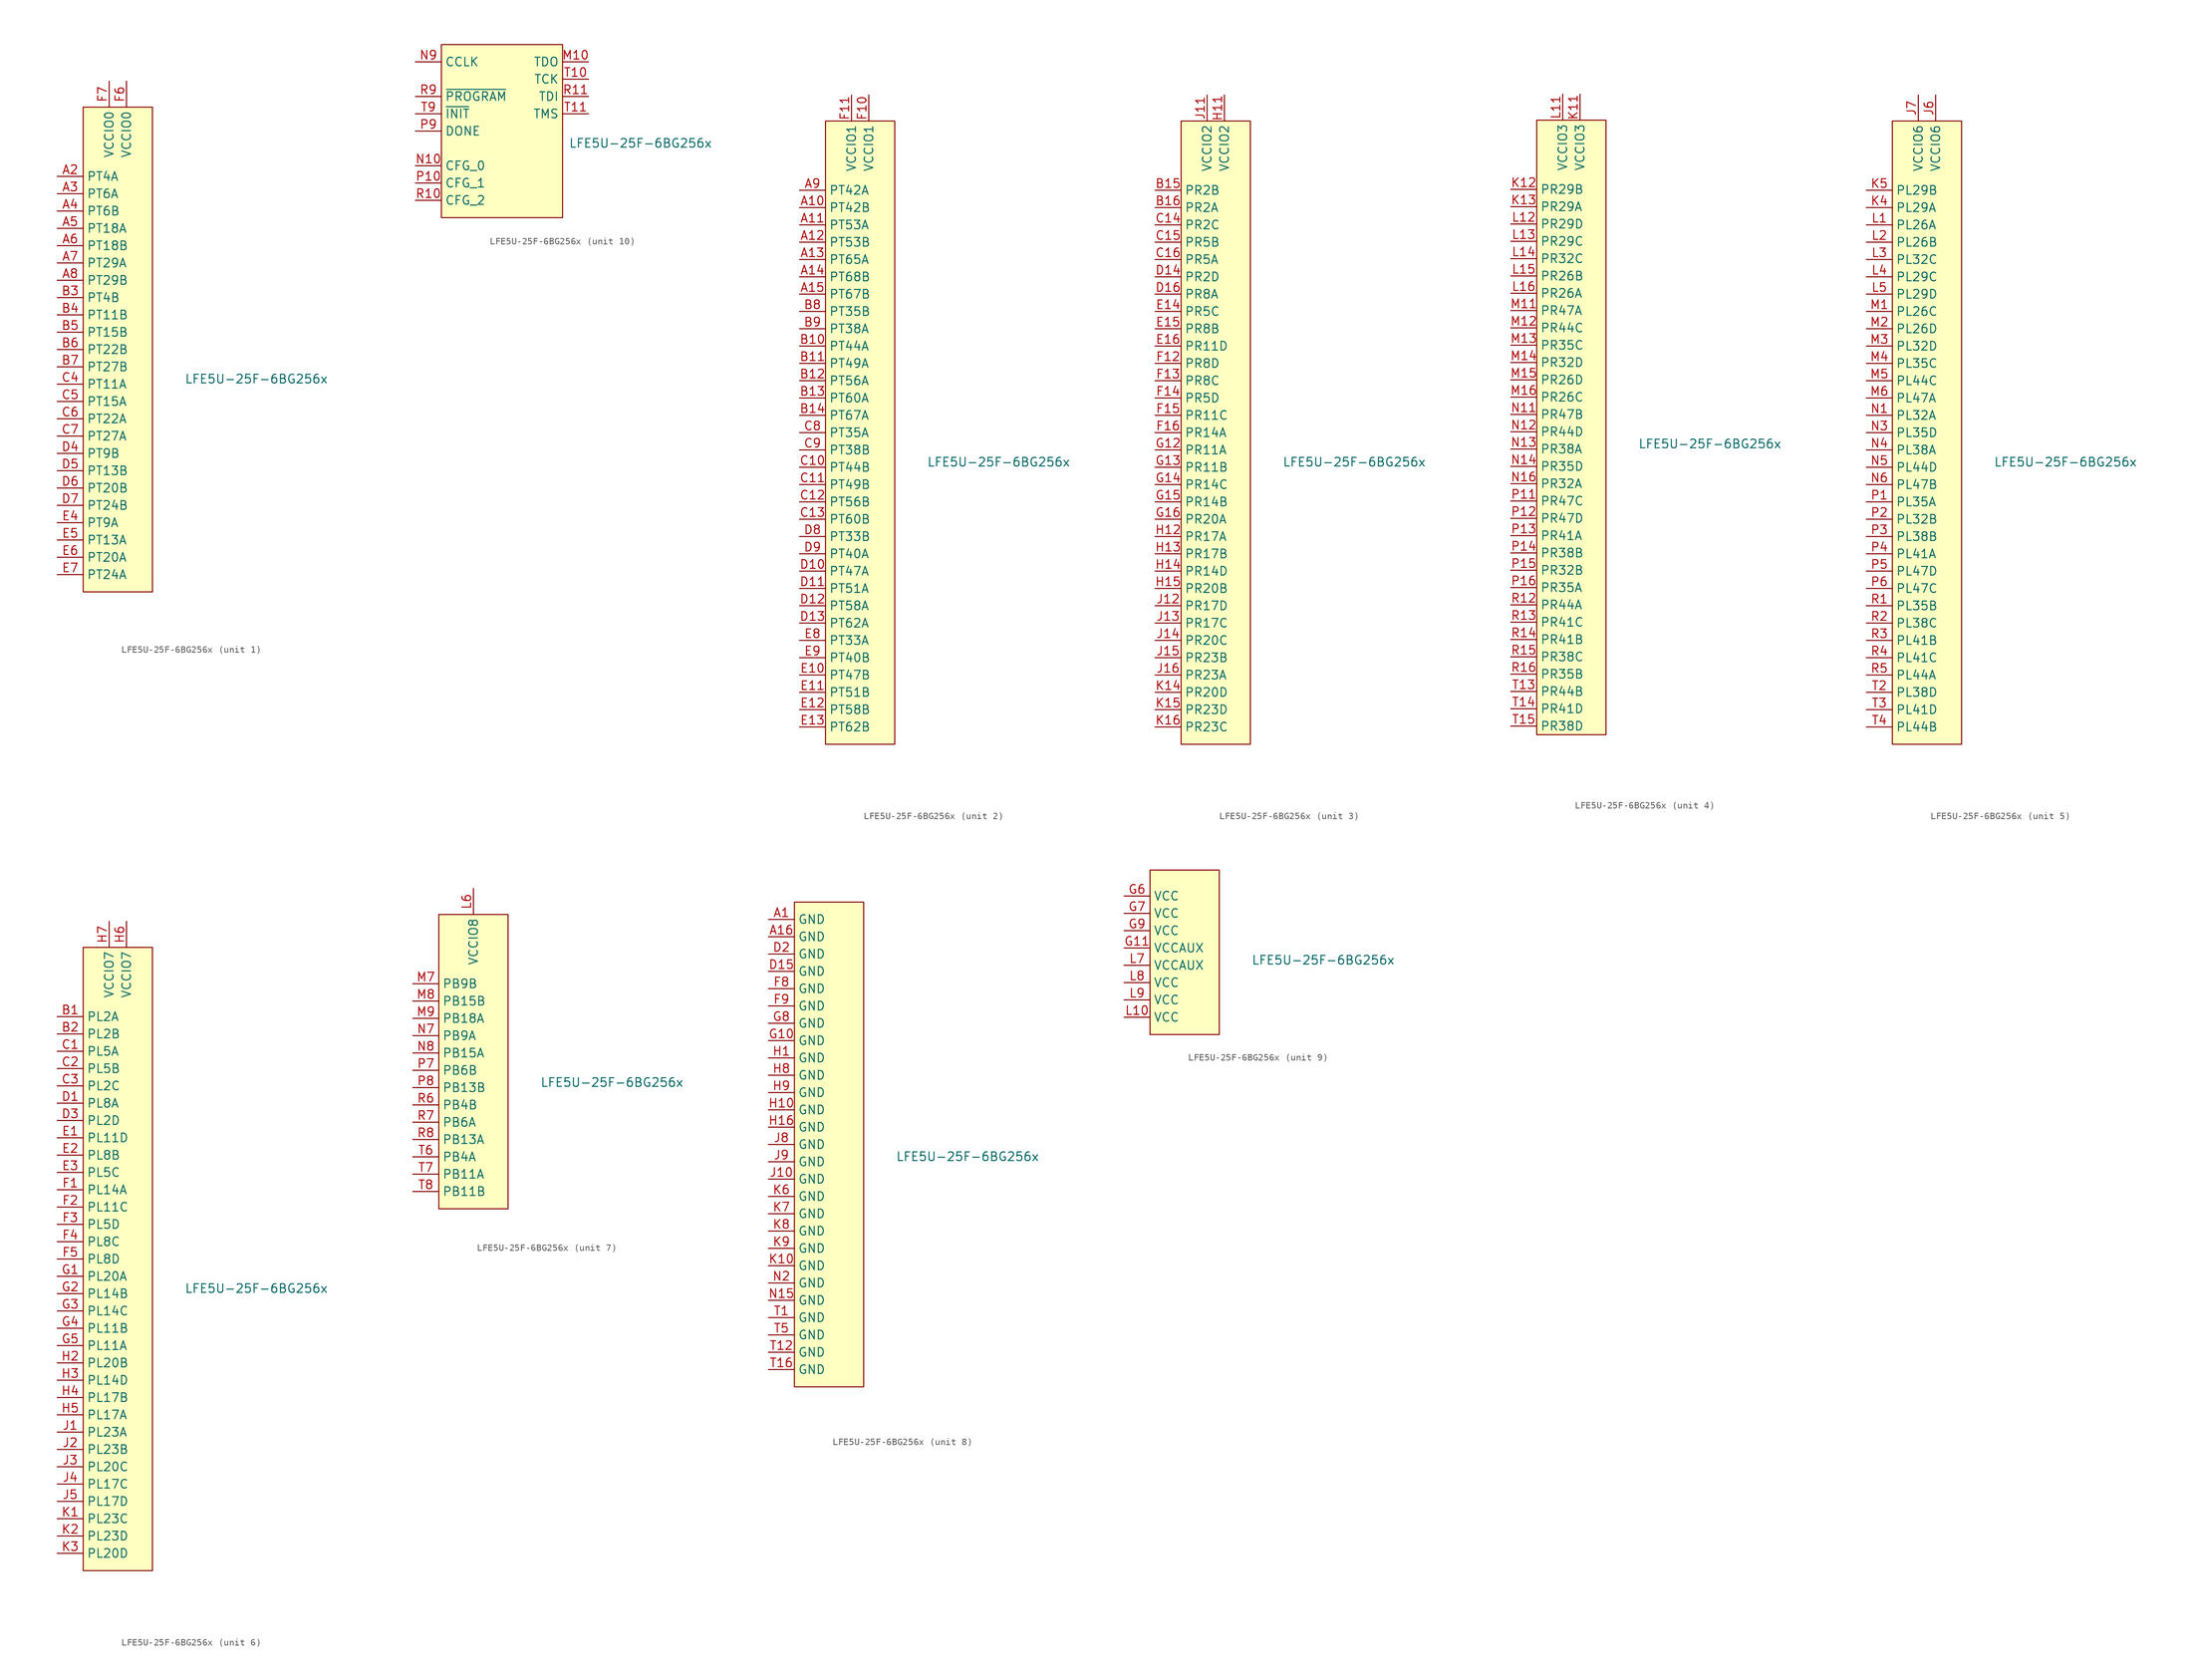
<source format=kicad_sym>
(kicad_symbol_lib
  (version 20241209)
  (generator "kicad_symbol_editor")
  (generator_version "9.0")
  (symbol "LFE5U-25F-6BG256x"
    (property "Reference" "U"
      (at 20.32 0 0)
      (effects (font (size 1.27 1.27)) (hide yes)))
    (property "Value" "LFE5U-25F-6BG256x"
      (at 20.32 -1.778 0)
      (effects (font (size 1.27 1.27))))
    (symbol "LFE5U-25F-6BG256x_1_1"
      (rectangle (start -5.08 38.1) (end 5.08 -33.02) (stroke (width 0) (type solid)) (fill (type background)))
      (pin bidirectional line (at -8.89 27.94 0) (length 3.81) (name "PT4A" (effects (font (size 1.27 1.27)))) (number "A2" (effects (font (size 1.27 1.27)))))
      (pin bidirectional line (at -8.89 25.4 0) (length 3.81) (name "PT6A" (effects (font (size 1.27 1.27)))) (number "A3" (effects (font (size 1.27 1.27)))))
      (pin bidirectional line (at -8.89 22.86 0) (length 3.81) (name "PT6B" (effects (font (size 1.27 1.27)))) (number "A4" (effects (font (size 1.27 1.27)))))
      (pin bidirectional line (at -8.89 20.32 0) (length 3.81) (name "PT18A" (effects (font (size 1.27 1.27)))) (number "A5" (effects (font (size 1.27 1.27)))))
      (pin bidirectional line (at -8.89 17.78 0) (length 3.81) (name "PT18B" (effects (font (size 1.27 1.27)))) (number "A6" (effects (font (size 1.27 1.27)))))
      (pin bidirectional line (at -8.89 15.24 0) (length 3.81) (name "PT29A" (effects (font (size 1.27 1.27)))) (number "A7" (effects (font (size 1.27 1.27)))))
      (pin bidirectional line (at -8.89 12.7 0) (length 3.81) (name "PT29B" (effects (font (size 1.27 1.27)))) (number "A8" (effects (font (size 1.27 1.27)))))
      (pin bidirectional line (at -8.89 10.16 0) (length 3.81) (name "PT4B" (effects (font (size 1.27 1.27)))) (number "B3" (effects (font (size 1.27 1.27)))))
      (pin bidirectional line (at -8.89 7.62 0) (length 3.81) (name "PT11B" (effects (font (size 1.27 1.27)))) (number "B4" (effects (font (size 1.27 1.27)))))
      (pin bidirectional line (at -8.89 5.08 0) (length 3.81) (name "PT15B" (effects (font (size 1.27 1.27)))) (number "B5" (effects (font (size 1.27 1.27)))))
      (pin bidirectional line (at -8.89 2.54 0) (length 3.81) (name "PT22B" (effects (font (size 1.27 1.27)))) (number "B6" (effects (font (size 1.27 1.27)))))
      (pin bidirectional line (at -8.89 0 0) (length 3.81) (name "PT27B" (effects (font (size 1.27 1.27)))) (number "B7" (effects (font (size 1.27 1.27)))))
      (pin bidirectional line (at -8.89 -2.54 0) (length 3.81) (name "PT11A" (effects (font (size 1.27 1.27)))) (number "C4" (effects (font (size 1.27 1.27)))))
      (pin bidirectional line (at -8.89 -5.08 0) (length 3.81) (name "PT15A" (effects (font (size 1.27 1.27)))) (number "C5" (effects (font (size 1.27 1.27)))))
      (pin bidirectional line (at -8.89 -7.62 0) (length 3.81) (name "PT22A" (effects (font (size 1.27 1.27)))) (number "C6" (effects (font (size 1.27 1.27)))))
      (pin bidirectional line (at -8.89 -10.16 0) (length 3.81) (name "PT27A" (effects (font (size 1.27 1.27)))) (number "C7" (effects (font (size 1.27 1.27)))))
      (pin bidirectional line (at -8.89 -12.7 0) (length 3.81) (name "PT9B" (effects (font (size 1.27 1.27)))) (number "D4" (effects (font (size 1.27 1.27)))))
      (pin bidirectional line (at -8.89 -15.24 0) (length 3.81) (name "PT13B" (effects (font (size 1.27 1.27)))) (number "D5" (effects (font (size 1.27 1.27)))))
      (pin bidirectional line (at -8.89 -17.78 0) (length 3.81) (name "PT20B" (effects (font (size 1.27 1.27)))) (number "D6" (effects (font (size 1.27 1.27)))))
      (pin bidirectional line (at -8.89 -20.32 0) (length 3.81) (name "PT24B" (effects (font (size 1.27 1.27)))) (number "D7" (effects (font (size 1.27 1.27)))))
      (pin bidirectional line (at -8.89 -22.86 0) (length 3.81) (name "PT9A" (effects (font (size 1.27 1.27)))) (number "E4" (effects (font (size 1.27 1.27)))))
      (pin bidirectional line (at -8.89 -25.4 0) (length 3.81) (name "PT13A" (effects (font (size 1.27 1.27)))) (number "E5" (effects (font (size 1.27 1.27)))))
      (pin bidirectional line (at -8.89 -27.94 0) (length 3.81) (name "PT20A" (effects (font (size 1.27 1.27)))) (number "E6" (effects (font (size 1.27 1.27)))))
      (pin bidirectional line (at -8.89 -30.48 0) (length 3.81) (name "PT24A" (effects (font (size 1.27 1.27)))) (number "E7" (effects (font (size 1.27 1.27)))))
      (pin power_in line (at -1.27 41.91 270) (length 3.81) (name "VCCIO0" (effects (font (size 1.27 1.27)))) (number "F7" (effects (font (size 1.27 1.27)))))
      (pin power_in line (at 1.27 41.91 270) (length 3.81) (name "VCCIO0" (effects (font (size 1.27 1.27)))) (number "F6" (effects (font (size 1.27 1.27))))))
    (symbol "LFE5U-25F-6BG256x_2_1"
      (rectangle (start -5.08 48.26) (end 5.08 -43.18) (stroke (width 0) (type solid)) (fill (type background)))
      (pin bidirectional line (at -8.89 38.1 0) (length 3.81) (name "PT42A" (effects (font (size 1.27 1.27)))) (number "A9" (effects (font (size 1.27 1.27)))))
      (pin bidirectional line (at -8.89 35.56 0) (length 3.81) (name "PT42B" (effects (font (size 1.27 1.27)))) (number "A10" (effects (font (size 1.27 1.27)))))
      (pin bidirectional line (at -8.89 33.02 0) (length 3.81) (name "PT53A" (effects (font (size 1.27 1.27)))) (number "A11" (effects (font (size 1.27 1.27)))))
      (pin bidirectional line (at -8.89 30.48 0) (length 3.81) (name "PT53B" (effects (font (size 1.27 1.27)))) (number "A12" (effects (font (size 1.27 1.27)))))
      (pin bidirectional line (at -8.89 27.94 0) (length 3.81) (name "PT65A" (effects (font (size 1.27 1.27)))) (number "A13" (effects (font (size 1.27 1.27)))))
      (pin bidirectional line (at -8.89 25.4 0) (length 3.81) (name "PT68B" (effects (font (size 1.27 1.27)))) (number "A14" (effects (font (size 1.27 1.27)))))
      (pin bidirectional line (at -8.89 22.86 0) (length 3.81) (name "PT67B" (effects (font (size 1.27 1.27)))) (number "A15" (effects (font (size 1.27 1.27)))))
      (pin bidirectional line (at -8.89 20.32 0) (length 3.81) (name "PT35B" (effects (font (size 1.27 1.27)))) (number "B8" (effects (font (size 1.27 1.27)))))
      (pin bidirectional line (at -8.89 17.78 0) (length 3.81) (name "PT38A" (effects (font (size 1.27 1.27)))) (number "B9" (effects (font (size 1.27 1.27)))))
      (pin bidirectional line (at -8.89 15.24 0) (length 3.81) (name "PT44A" (effects (font (size 1.27 1.27)))) (number "B10" (effects (font (size 1.27 1.27)))))
      (pin bidirectional line (at -8.89 12.7 0) (length 3.81) (name "PT49A" (effects (font (size 1.27 1.27)))) (number "B11" (effects (font (size 1.27 1.27)))))
      (pin bidirectional line (at -8.89 10.16 0) (length 3.81) (name "PT56A" (effects (font (size 1.27 1.27)))) (number "B12" (effects (font (size 1.27 1.27)))))
      (pin bidirectional line (at -8.89 7.62 0) (length 3.81) (name "PT60A" (effects (font (size 1.27 1.27)))) (number "B13" (effects (font (size 1.27 1.27)))))
      (pin bidirectional line (at -8.89 5.08 0) (length 3.81) (name "PT67A" (effects (font (size 1.27 1.27)))) (number "B14" (effects (font (size 1.27 1.27)))))
      (pin bidirectional line (at -8.89 2.54 0) (length 3.81) (name "PT35A" (effects (font (size 1.27 1.27)))) (number "C8" (effects (font (size 1.27 1.27)))))
      (pin bidirectional line (at -8.89 0 0) (length 3.81) (name "PT38B" (effects (font (size 1.27 1.27)))) (number "C9" (effects (font (size 1.27 1.27)))))
      (pin bidirectional line (at -8.89 -2.54 0) (length 3.81) (name "PT44B" (effects (font (size 1.27 1.27)))) (number "C10" (effects (font (size 1.27 1.27)))))
      (pin bidirectional line (at -8.89 -5.08 0) (length 3.81) (name "PT49B" (effects (font (size 1.27 1.27)))) (number "C11" (effects (font (size 1.27 1.27)))))
      (pin bidirectional line (at -8.89 -7.62 0) (length 3.81) (name "PT56B" (effects (font (size 1.27 1.27)))) (number "C12" (effects (font (size 1.27 1.27)))))
      (pin bidirectional line (at -8.89 -10.16 0) (length 3.81) (name "PT60B" (effects (font (size 1.27 1.27)))) (number "C13" (effects (font (size 1.27 1.27)))))
      (pin bidirectional line (at -8.89 -12.7 0) (length 3.81) (name "PT33B" (effects (font (size 1.27 1.27)))) (number "D8" (effects (font (size 1.27 1.27)))))
      (pin bidirectional line (at -8.89 -15.24 0) (length 3.81) (name "PT40A" (effects (font (size 1.27 1.27)))) (number "D9" (effects (font (size 1.27 1.27)))))
      (pin bidirectional line (at -8.89 -17.78 0) (length 3.81) (name "PT47A" (effects (font (size 1.27 1.27)))) (number "D10" (effects (font (size 1.27 1.27)))))
      (pin bidirectional line (at -8.89 -20.32 0) (length 3.81) (name "PT51A" (effects (font (size 1.27 1.27)))) (number "D11" (effects (font (size 1.27 1.27)))))
      (pin bidirectional line (at -8.89 -22.86 0) (length 3.81) (name "PT58A" (effects (font (size 1.27 1.27)))) (number "D12" (effects (font (size 1.27 1.27)))))
      (pin bidirectional line (at -8.89 -25.4 0) (length 3.81) (name "PT62A" (effects (font (size 1.27 1.27)))) (number "D13" (effects (font (size 1.27 1.27)))))
      (pin bidirectional line (at -8.89 -27.94 0) (length 3.81) (name "PT33A" (effects (font (size 1.27 1.27)))) (number "E8" (effects (font (size 1.27 1.27)))))
      (pin bidirectional line (at -8.89 -30.48 0) (length 3.81) (name "PT40B" (effects (font (size 1.27 1.27)))) (number "E9" (effects (font (size 1.27 1.27)))))
      (pin bidirectional line (at -8.89 -33.02 0) (length 3.81) (name "PT47B" (effects (font (size 1.27 1.27)))) (number "E10" (effects (font (size 1.27 1.27)))))
      (pin bidirectional line (at -8.89 -35.56 0) (length 3.81) (name "PT51B" (effects (font (size 1.27 1.27)))) (number "E11" (effects (font (size 1.27 1.27)))))
      (pin bidirectional line (at -8.89 -38.1 0) (length 3.81) (name "PT58B" (effects (font (size 1.27 1.27)))) (number "E12" (effects (font (size 1.27 1.27)))))
      (pin bidirectional line (at -8.89 -40.64 0) (length 3.81) (name "PT62B" (effects (font (size 1.27 1.27)))) (number "E13" (effects (font (size 1.27 1.27)))))
      (pin power_in line (at -1.27 52.07 270) (length 3.81) (name "VCCIO1" (effects (font (size 1.27 1.27)))) (number "F11" (effects (font (size 1.27 1.27)))))
      (pin power_in line (at 1.27 52.07 270) (length 3.81) (name "VCCIO1" (effects (font (size 1.27 1.27)))) (number "F10" (effects (font (size 1.27 1.27))))))
    (symbol "LFE5U-25F-6BG256x_3_1"
      (rectangle (start -5.08 48.26) (end 5.08 -43.18) (stroke (width 0) (type solid)) (fill (type background)))
      (pin bidirectional line (at -8.89 38.1 0) (length 3.81) (name "PR2B" (effects (font (size 1.27 1.27)))) (number "B15" (effects (font (size 1.27 1.27)))))
      (pin bidirectional line (at -8.89 35.56 0) (length 3.81) (name "PR2A" (effects (font (size 1.27 1.27)))) (number "B16" (effects (font (size 1.27 1.27)))))
      (pin bidirectional line (at -8.89 33.02 0) (length 3.81) (name "PR2C" (effects (font (size 1.27 1.27)))) (number "C14" (effects (font (size 1.27 1.27)))))
      (pin bidirectional line (at -8.89 30.48 0) (length 3.81) (name "PR5B" (effects (font (size 1.27 1.27)))) (number "C15" (effects (font (size 1.27 1.27)))))
      (pin bidirectional line (at -8.89 27.94 0) (length 3.81) (name "PR5A" (effects (font (size 1.27 1.27)))) (number "C16" (effects (font (size 1.27 1.27)))))
      (pin bidirectional line (at -8.89 25.4 0) (length 3.81) (name "PR2D" (effects (font (size 1.27 1.27)))) (number "D14" (effects (font (size 1.27 1.27)))))
      (pin bidirectional line (at -8.89 22.86 0) (length 3.81) (name "PR8A" (effects (font (size 1.27 1.27)))) (number "D16" (effects (font (size 1.27 1.27)))))
      (pin bidirectional line (at -8.89 20.32 0) (length 3.81) (name "PR5C" (effects (font (size 1.27 1.27)))) (number "E14" (effects (font (size 1.27 1.27)))))
      (pin bidirectional line (at -8.89 17.78 0) (length 3.81) (name "PR8B" (effects (font (size 1.27 1.27)))) (number "E15" (effects (font (size 1.27 1.27)))))
      (pin bidirectional line (at -8.89 15.24 0) (length 3.81) (name "PR11D" (effects (font (size 1.27 1.27)))) (number "E16" (effects (font (size 1.27 1.27)))))
      (pin bidirectional line (at -8.89 12.7 0) (length 3.81) (name "PR8D" (effects (font (size 1.27 1.27)))) (number "F12" (effects (font (size 1.27 1.27)))))
      (pin bidirectional line (at -8.89 10.16 0) (length 3.81) (name "PR8C" (effects (font (size 1.27 1.27)))) (number "F13" (effects (font (size 1.27 1.27)))))
      (pin bidirectional line (at -8.89 7.62 0) (length 3.81) (name "PR5D" (effects (font (size 1.27 1.27)))) (number "F14" (effects (font (size 1.27 1.27)))))
      (pin bidirectional line (at -8.89 5.08 0) (length 3.81) (name "PR11C" (effects (font (size 1.27 1.27)))) (number "F15" (effects (font (size 1.27 1.27)))))
      (pin bidirectional line (at -8.89 2.54 0) (length 3.81) (name "PR14A" (effects (font (size 1.27 1.27)))) (number "F16" (effects (font (size 1.27 1.27)))))
      (pin bidirectional line (at -8.89 0 0) (length 3.81) (name "PR11A" (effects (font (size 1.27 1.27)))) (number "G12" (effects (font (size 1.27 1.27)))))
      (pin bidirectional line (at -8.89 -2.54 0) (length 3.81) (name "PR11B" (effects (font (size 1.27 1.27)))) (number "G13" (effects (font (size 1.27 1.27)))))
      (pin bidirectional line (at -8.89 -5.08 0) (length 3.81) (name "PR14C" (effects (font (size 1.27 1.27)))) (number "G14" (effects (font (size 1.27 1.27)))))
      (pin bidirectional line (at -8.89 -7.62 0) (length 3.81) (name "PR14B" (effects (font (size 1.27 1.27)))) (number "G15" (effects (font (size 1.27 1.27)))))
      (pin bidirectional line (at -8.89 -10.16 0) (length 3.81) (name "PR20A" (effects (font (size 1.27 1.27)))) (number "G16" (effects (font (size 1.27 1.27)))))
      (pin bidirectional line (at -8.89 -12.7 0) (length 3.81) (name "PR17A" (effects (font (size 1.27 1.27)))) (number "H12" (effects (font (size 1.27 1.27)))))
      (pin bidirectional line (at -8.89 -15.24 0) (length 3.81) (name "PR17B" (effects (font (size 1.27 1.27)))) (number "H13" (effects (font (size 1.27 1.27)))))
      (pin bidirectional line (at -8.89 -17.78 0) (length 3.81) (name "PR14D" (effects (font (size 1.27 1.27)))) (number "H14" (effects (font (size 1.27 1.27)))))
      (pin bidirectional line (at -8.89 -20.32 0) (length 3.81) (name "PR20B" (effects (font (size 1.27 1.27)))) (number "H15" (effects (font (size 1.27 1.27)))))
      (pin bidirectional line (at -8.89 -22.86 0) (length 3.81) (name "PR17D" (effects (font (size 1.27 1.27)))) (number "J12" (effects (font (size 1.27 1.27)))))
      (pin bidirectional line (at -8.89 -25.4 0) (length 3.81) (name "PR17C" (effects (font (size 1.27 1.27)))) (number "J13" (effects (font (size 1.27 1.27)))))
      (pin bidirectional line (at -8.89 -27.94 0) (length 3.81) (name "PR20C" (effects (font (size 1.27 1.27)))) (number "J14" (effects (font (size 1.27 1.27)))))
      (pin bidirectional line (at -8.89 -30.48 0) (length 3.81) (name "PR23B" (effects (font (size 1.27 1.27)))) (number "J15" (effects (font (size 1.27 1.27)))))
      (pin bidirectional line (at -8.89 -33.02 0) (length 3.81) (name "PR23A" (effects (font (size 1.27 1.27)))) (number "J16" (effects (font (size 1.27 1.27)))))
      (pin bidirectional line (at -8.89 -35.56 0) (length 3.81) (name "PR20D" (effects (font (size 1.27 1.27)))) (number "K14" (effects (font (size 1.27 1.27)))))
      (pin bidirectional line (at -8.89 -38.1 0) (length 3.81) (name "PR23D" (effects (font (size 1.27 1.27)))) (number "K15" (effects (font (size 1.27 1.27)))))
      (pin bidirectional line (at -8.89 -40.64 0) (length 3.81) (name "PR23C" (effects (font (size 1.27 1.27)))) (number "K16" (effects (font (size 1.27 1.27)))))
      (pin power_in line (at -1.27 52.07 270) (length 3.81) (name "VCCIO2" (effects (font (size 1.27 1.27)))) (number "J11" (effects (font (size 1.27 1.27)))))
      (pin power_in line (at 1.27 52.07 270) (length 3.81) (name "VCCIO2" (effects (font (size 1.27 1.27)))) (number "H11" (effects (font (size 1.27 1.27))))))
    (symbol "LFE5U-25F-6BG256x_4_1"
      (rectangle (start -5.08 45.72) (end 5.08 -44.45) (stroke (width 0) (type solid)) (fill (type background)))
      (pin bidirectional line (at -8.89 35.56 0) (length 3.81) (name "PR29B" (effects (font (size 1.27 1.27)))) (number "K12" (effects (font (size 1.27 1.27)))))
      (pin bidirectional line (at -8.89 33.02 0) (length 3.81) (name "PR29A" (effects (font (size 1.27 1.27)))) (number "K13" (effects (font (size 1.27 1.27)))))
      (pin bidirectional line (at -8.89 30.48 0) (length 3.81) (name "PR29D" (effects (font (size 1.27 1.27)))) (number "L12" (effects (font (size 1.27 1.27)))))
      (pin bidirectional line (at -8.89 27.94 0) (length 3.81) (name "PR29C" (effects (font (size 1.27 1.27)))) (number "L13" (effects (font (size 1.27 1.27)))))
      (pin bidirectional line (at -8.89 25.4 0) (length 3.81) (name "PR32C" (effects (font (size 1.27 1.27)))) (number "L14" (effects (font (size 1.27 1.27)))))
      (pin bidirectional line (at -8.89 22.86 0) (length 3.81) (name "PR26B" (effects (font (size 1.27 1.27)))) (number "L15" (effects (font (size 1.27 1.27)))))
      (pin bidirectional line (at -8.89 20.32 0) (length 3.81) (name "PR26A" (effects (font (size 1.27 1.27)))) (number "L16" (effects (font (size 1.27 1.27)))))
      (pin bidirectional line (at -8.89 17.78 0) (length 3.81) (name "PR47A" (effects (font (size 1.27 1.27)))) (number "M11" (effects (font (size 1.27 1.27)))))
      (pin bidirectional line (at -8.89 15.24 0) (length 3.81) (name "PR44C" (effects (font (size 1.27 1.27)))) (number "M12" (effects (font (size 1.27 1.27)))))
      (pin bidirectional line (at -8.89 12.7 0) (length 3.81) (name "PR35C" (effects (font (size 1.27 1.27)))) (number "M13" (effects (font (size 1.27 1.27)))))
      (pin bidirectional line (at -8.89 10.16 0) (length 3.81) (name "PR32D" (effects (font (size 1.27 1.27)))) (number "M14" (effects (font (size 1.27 1.27)))))
      (pin bidirectional line (at -8.89 7.62 0) (length 3.81) (name "PR26D" (effects (font (size 1.27 1.27)))) (number "M15" (effects (font (size 1.27 1.27)))))
      (pin bidirectional line (at -8.89 5.08 0) (length 3.81) (name "PR26C" (effects (font (size 1.27 1.27)))) (number "M16" (effects (font (size 1.27 1.27)))))
      (pin bidirectional line (at -8.89 2.54 0) (length 3.81) (name "PR47B" (effects (font (size 1.27 1.27)))) (number "N11" (effects (font (size 1.27 1.27)))))
      (pin bidirectional line (at -8.89 0 0) (length 3.81) (name "PR44D" (effects (font (size 1.27 1.27)))) (number "N12" (effects (font (size 1.27 1.27)))))
      (pin bidirectional line (at -8.89 -2.54 0) (length 3.81) (name "PR38A" (effects (font (size 1.27 1.27)))) (number "N13" (effects (font (size 1.27 1.27)))))
      (pin bidirectional line (at -8.89 -5.08 0) (length 3.81) (name "PR35D" (effects (font (size 1.27 1.27)))) (number "N14" (effects (font (size 1.27 1.27)))))
      (pin bidirectional line (at -8.89 -7.62 0) (length 3.81) (name "PR32A" (effects (font (size 1.27 1.27)))) (number "N16" (effects (font (size 1.27 1.27)))))
      (pin bidirectional line (at -8.89 -10.16 0) (length 3.81) (name "PR47C" (effects (font (size 1.27 1.27)))) (number "P11" (effects (font (size 1.27 1.27)))))
      (pin bidirectional line (at -8.89 -12.7 0) (length 3.81) (name "PR47D" (effects (font (size 1.27 1.27)))) (number "P12" (effects (font (size 1.27 1.27)))))
      (pin bidirectional line (at -8.89 -15.24 0) (length 3.81) (name "PR41A" (effects (font (size 1.27 1.27)))) (number "P13" (effects (font (size 1.27 1.27)))))
      (pin bidirectional line (at -8.89 -17.78 0) (length 3.81) (name "PR38B" (effects (font (size 1.27 1.27)))) (number "P14" (effects (font (size 1.27 1.27)))))
      (pin bidirectional line (at -8.89 -20.32 0) (length 3.81) (name "PR32B" (effects (font (size 1.27 1.27)))) (number "P15" (effects (font (size 1.27 1.27)))))
      (pin bidirectional line (at -8.89 -22.86 0) (length 3.81) (name "PR35A" (effects (font (size 1.27 1.27)))) (number "P16" (effects (font (size 1.27 1.27)))))
      (pin bidirectional line (at -8.89 -25.4 0) (length 3.81) (name "PR44A" (effects (font (size 1.27 1.27)))) (number "R12" (effects (font (size 1.27 1.27)))))
      (pin bidirectional line (at -8.89 -27.94 0) (length 3.81) (name "PR41C" (effects (font (size 1.27 1.27)))) (number "R13" (effects (font (size 1.27 1.27)))))
      (pin bidirectional line (at -8.89 -30.48 0) (length 3.81) (name "PR41B" (effects (font (size 1.27 1.27)))) (number "R14" (effects (font (size 1.27 1.27)))))
      (pin bidirectional line (at -8.89 -33.02 0) (length 3.81) (name "PR38C" (effects (font (size 1.27 1.27)))) (number "R15" (effects (font (size 1.27 1.27)))))
      (pin bidirectional line (at -8.89 -35.56 0) (length 3.81) (name "PR35B" (effects (font (size 1.27 1.27)))) (number "R16" (effects (font (size 1.27 1.27)))))
      (pin bidirectional line (at -8.89 -38.1 0) (length 3.81) (name "PR44B" (effects (font (size 1.27 1.27)))) (number "T13" (effects (font (size 1.27 1.27)))))
      (pin bidirectional line (at -8.89 -40.64 0) (length 3.81) (name "PR41D" (effects (font (size 1.27 1.27)))) (number "T14" (effects (font (size 1.27 1.27)))))
      (pin bidirectional line (at -8.89 -43.18 0) (length 3.81) (name "PR38D" (effects (font (size 1.27 1.27)))) (number "T15" (effects (font (size 1.27 1.27)))))
      (pin power_in line (at -1.27 49.53 270) (length 3.81) (name "VCCIO3" (effects (font (size 1.27 1.27)))) (number "L11" (effects (font (size 1.27 1.27)))))
      (pin power_in line (at 1.27 49.53 270) (length 3.81) (name "VCCIO3" (effects (font (size 1.27 1.27)))) (number "K11" (effects (font (size 1.27 1.27))))))
    (symbol "LFE5U-25F-6BG256x_5_1"
      (rectangle (start -5.08 48.26) (end 5.08 -43.18) (stroke (width 0) (type solid)) (fill (type background)))
      (pin bidirectional line (at -8.89 38.1 0) (length 3.81) (name "PL29B" (effects (font (size 1.27 1.27)))) (number "K5" (effects (font (size 1.27 1.27)))))
      (pin bidirectional line (at -8.89 35.56 0) (length 3.81) (name "PL29A" (effects (font (size 1.27 1.27)))) (number "K4" (effects (font (size 1.27 1.27)))))
      (pin bidirectional line (at -8.89 33.02 0) (length 3.81) (name "PL26A" (effects (font (size 1.27 1.27)))) (number "L1" (effects (font (size 1.27 1.27)))))
      (pin bidirectional line (at -8.89 30.48 0) (length 3.81) (name "PL26B" (effects (font (size 1.27 1.27)))) (number "L2" (effects (font (size 1.27 1.27)))))
      (pin bidirectional line (at -8.89 27.94 0) (length 3.81) (name "PL32C" (effects (font (size 1.27 1.27)))) (number "L3" (effects (font (size 1.27 1.27)))))
      (pin bidirectional line (at -8.89 25.4 0) (length 3.81) (name "PL29C" (effects (font (size 1.27 1.27)))) (number "L4" (effects (font (size 1.27 1.27)))))
      (pin bidirectional line (at -8.89 22.86 0) (length 3.81) (name "PL29D" (effects (font (size 1.27 1.27)))) (number "L5" (effects (font (size 1.27 1.27)))))
      (pin bidirectional line (at -8.89 20.32 0) (length 3.81) (name "PL26C" (effects (font (size 1.27 1.27)))) (number "M1" (effects (font (size 1.27 1.27)))))
      (pin bidirectional line (at -8.89 17.78 0) (length 3.81) (name "PL26D" (effects (font (size 1.27 1.27)))) (number "M2" (effects (font (size 1.27 1.27)))))
      (pin bidirectional line (at -8.89 15.24 0) (length 3.81) (name "PL32D" (effects (font (size 1.27 1.27)))) (number "M3" (effects (font (size 1.27 1.27)))))
      (pin bidirectional line (at -8.89 12.7 0) (length 3.81) (name "PL35C" (effects (font (size 1.27 1.27)))) (number "M4" (effects (font (size 1.27 1.27)))))
      (pin bidirectional line (at -8.89 10.16 0) (length 3.81) (name "PL44C" (effects (font (size 1.27 1.27)))) (number "M5" (effects (font (size 1.27 1.27)))))
      (pin bidirectional line (at -8.89 7.62 0) (length 3.81) (name "PL47A" (effects (font (size 1.27 1.27)))) (number "M6" (effects (font (size 1.27 1.27)))))
      (pin bidirectional line (at -8.89 5.08 0) (length 3.81) (name "PL32A" (effects (font (size 1.27 1.27)))) (number "N1" (effects (font (size 1.27 1.27)))))
      (pin bidirectional line (at -8.89 2.54 0) (length 3.81) (name "PL35D" (effects (font (size 1.27 1.27)))) (number "N3" (effects (font (size 1.27 1.27)))))
      (pin bidirectional line (at -8.89 0 0) (length 3.81) (name "PL38A" (effects (font (size 1.27 1.27)))) (number "N4" (effects (font (size 1.27 1.27)))))
      (pin bidirectional line (at -8.89 -2.54 0) (length 3.81) (name "PL44D" (effects (font (size 1.27 1.27)))) (number "N5" (effects (font (size 1.27 1.27)))))
      (pin bidirectional line (at -8.89 -5.08 0) (length 3.81) (name "PL47B" (effects (font (size 1.27 1.27)))) (number "N6" (effects (font (size 1.27 1.27)))))
      (pin bidirectional line (at -8.89 -7.62 0) (length 3.81) (name "PL35A" (effects (font (size 1.27 1.27)))) (number "P1" (effects (font (size 1.27 1.27)))))
      (pin bidirectional line (at -8.89 -10.16 0) (length 3.81) (name "PL32B" (effects (font (size 1.27 1.27)))) (number "P2" (effects (font (size 1.27 1.27)))))
      (pin bidirectional line (at -8.89 -12.7 0) (length 3.81) (name "PL38B" (effects (font (size 1.27 1.27)))) (number "P3" (effects (font (size 1.27 1.27)))))
      (pin bidirectional line (at -8.89 -15.24 0) (length 3.81) (name "PL41A" (effects (font (size 1.27 1.27)))) (number "P4" (effects (font (size 1.27 1.27)))))
      (pin bidirectional line (at -8.89 -17.78 0) (length 3.81) (name "PL47D" (effects (font (size 1.27 1.27)))) (number "P5" (effects (font (size 1.27 1.27)))))
      (pin bidirectional line (at -8.89 -20.32 0) (length 3.81) (name "PL47C" (effects (font (size 1.27 1.27)))) (number "P6" (effects (font (size 1.27 1.27)))))
      (pin bidirectional line (at -8.89 -22.86 0) (length 3.81) (name "PL35B" (effects (font (size 1.27 1.27)))) (number "R1" (effects (font (size 1.27 1.27)))))
      (pin bidirectional line (at -8.89 -25.4 0) (length 3.81) (name "PL38C" (effects (font (size 1.27 1.27)))) (number "R2" (effects (font (size 1.27 1.27)))))
      (pin bidirectional line (at -8.89 -27.94 0) (length 3.81) (name "PL41B" (effects (font (size 1.27 1.27)))) (number "R3" (effects (font (size 1.27 1.27)))))
      (pin bidirectional line (at -8.89 -30.48 0) (length 3.81) (name "PL41C" (effects (font (size 1.27 1.27)))) (number "R4" (effects (font (size 1.27 1.27)))))
      (pin bidirectional line (at -8.89 -33.02 0) (length 3.81) (name "PL44A" (effects (font (size 1.27 1.27)))) (number "R5" (effects (font (size 1.27 1.27)))))
      (pin bidirectional line (at -8.89 -35.56 0) (length 3.81) (name "PL38D" (effects (font (size 1.27 1.27)))) (number "T2" (effects (font (size 1.27 1.27)))))
      (pin bidirectional line (at -8.89 -38.1 0) (length 3.81) (name "PL41D" (effects (font (size 1.27 1.27)))) (number "T3" (effects (font (size 1.27 1.27)))))
      (pin bidirectional line (at -8.89 -40.64 0) (length 3.81) (name "PL44B" (effects (font (size 1.27 1.27)))) (number "T4" (effects (font (size 1.27 1.27)))))
      (pin power_in line (at -1.27 52.07 270) (length 3.81) (name "VCCIO6" (effects (font (size 1.27 1.27)))) (number "J7" (effects (font (size 1.27 1.27)))))
      (pin power_in line (at 1.27 52.07 270) (length 3.81) (name "VCCIO6" (effects (font (size 1.27 1.27)))) (number "J6" (effects (font (size 1.27 1.27))))))
    (symbol "LFE5U-25F-6BG256x_6_1"
      (rectangle (start -5.08 48.26) (end 5.08 -43.18) (stroke (width 0) (type solid)) (fill (type background)))
      (pin bidirectional line (at -8.89 38.1 0) (length 3.81) (name "PL2A" (effects (font (size 1.27 1.27)))) (number "B1" (effects (font (size 1.27 1.27)))))
      (pin bidirectional line (at -8.89 35.56 0) (length 3.81) (name "PL2B" (effects (font (size 1.27 1.27)))) (number "B2" (effects (font (size 1.27 1.27)))))
      (pin bidirectional line (at -8.89 33.02 0) (length 3.81) (name "PL5A" (effects (font (size 1.27 1.27)))) (number "C1" (effects (font (size 1.27 1.27)))))
      (pin bidirectional line (at -8.89 30.48 0) (length 3.81) (name "PL5B" (effects (font (size 1.27 1.27)))) (number "C2" (effects (font (size 1.27 1.27)))))
      (pin bidirectional line (at -8.89 27.94 0) (length 3.81) (name "PL2C" (effects (font (size 1.27 1.27)))) (number "C3" (effects (font (size 1.27 1.27)))))
      (pin bidirectional line (at -8.89 25.4 0) (length 3.81) (name "PL8A" (effects (font (size 1.27 1.27)))) (number "D1" (effects (font (size 1.27 1.27)))))
      (pin bidirectional line (at -8.89 22.86 0) (length 3.81) (name "PL2D" (effects (font (size 1.27 1.27)))) (number "D3" (effects (font (size 1.27 1.27)))))
      (pin bidirectional line (at -8.89 20.32 0) (length 3.81) (name "PL11D" (effects (font (size 1.27 1.27)))) (number "E1" (effects (font (size 1.27 1.27)))))
      (pin bidirectional line (at -8.89 17.78 0) (length 3.81) (name "PL8B" (effects (font (size 1.27 1.27)))) (number "E2" (effects (font (size 1.27 1.27)))))
      (pin bidirectional line (at -8.89 15.24 0) (length 3.81) (name "PL5C" (effects (font (size 1.27 1.27)))) (number "E3" (effects (font (size 1.27 1.27)))))
      (pin bidirectional line (at -8.89 12.7 0) (length 3.81) (name "PL14A" (effects (font (size 1.27 1.27)))) (number "F1" (effects (font (size 1.27 1.27)))))
      (pin bidirectional line (at -8.89 10.16 0) (length 3.81) (name "PL11C" (effects (font (size 1.27 1.27)))) (number "F2" (effects (font (size 1.27 1.27)))))
      (pin bidirectional line (at -8.89 7.62 0) (length 3.81) (name "PL5D" (effects (font (size 1.27 1.27)))) (number "F3" (effects (font (size 1.27 1.27)))))
      (pin bidirectional line (at -8.89 5.08 0) (length 3.81) (name "PL8C" (effects (font (size 1.27 1.27)))) (number "F4" (effects (font (size 1.27 1.27)))))
      (pin bidirectional line (at -8.89 2.54 0) (length 3.81) (name "PL8D" (effects (font (size 1.27 1.27)))) (number "F5" (effects (font (size 1.27 1.27)))))
      (pin bidirectional line (at -8.89 0 0) (length 3.81) (name "PL20A" (effects (font (size 1.27 1.27)))) (number "G1" (effects (font (size 1.27 1.27)))))
      (pin bidirectional line (at -8.89 -2.54 0) (length 3.81) (name "PL14B" (effects (font (size 1.27 1.27)))) (number "G2" (effects (font (size 1.27 1.27)))))
      (pin bidirectional line (at -8.89 -5.08 0) (length 3.81) (name "PL14C" (effects (font (size 1.27 1.27)))) (number "G3" (effects (font (size 1.27 1.27)))))
      (pin bidirectional line (at -8.89 -7.62 0) (length 3.81) (name "PL11B" (effects (font (size 1.27 1.27)))) (number "G4" (effects (font (size 1.27 1.27)))))
      (pin bidirectional line (at -8.89 -10.16 0) (length 3.81) (name "PL11A" (effects (font (size 1.27 1.27)))) (number "G5" (effects (font (size 1.27 1.27)))))
      (pin bidirectional line (at -8.89 -12.7 0) (length 3.81) (name "PL20B" (effects (font (size 1.27 1.27)))) (number "H2" (effects (font (size 1.27 1.27)))))
      (pin bidirectional line (at -8.89 -15.24 0) (length 3.81) (name "PL14D" (effects (font (size 1.27 1.27)))) (number "H3" (effects (font (size 1.27 1.27)))))
      (pin bidirectional line (at -8.89 -17.78 0) (length 3.81) (name "PL17B" (effects (font (size 1.27 1.27)))) (number "H4" (effects (font (size 1.27 1.27)))))
      (pin bidirectional line (at -8.89 -20.32 0) (length 3.81) (name "PL17A" (effects (font (size 1.27 1.27)))) (number "H5" (effects (font (size 1.27 1.27)))))
      (pin bidirectional line (at -8.89 -22.86 0) (length 3.81) (name "PL23A" (effects (font (size 1.27 1.27)))) (number "J1" (effects (font (size 1.27 1.27)))))
      (pin bidirectional line (at -8.89 -25.4 0) (length 3.81) (name "PL23B" (effects (font (size 1.27 1.27)))) (number "J2" (effects (font (size 1.27 1.27)))))
      (pin bidirectional line (at -8.89 -27.94 0) (length 3.81) (name "PL20C" (effects (font (size 1.27 1.27)))) (number "J3" (effects (font (size 1.27 1.27)))))
      (pin bidirectional line (at -8.89 -30.48 0) (length 3.81) (name "PL17C" (effects (font (size 1.27 1.27)))) (number "J4" (effects (font (size 1.27 1.27)))))
      (pin bidirectional line (at -8.89 -33.02 0) (length 3.81) (name "PL17D" (effects (font (size 1.27 1.27)))) (number "J5" (effects (font (size 1.27 1.27)))))
      (pin bidirectional line (at -8.89 -35.56 0) (length 3.81) (name "PL23C" (effects (font (size 1.27 1.27)))) (number "K1" (effects (font (size 1.27 1.27)))))
      (pin bidirectional line (at -8.89 -38.1 0) (length 3.81) (name "PL23D" (effects (font (size 1.27 1.27)))) (number "K2" (effects (font (size 1.27 1.27)))))
      (pin bidirectional line (at -8.89 -40.64 0) (length 3.81) (name "PL20D" (effects (font (size 1.27 1.27)))) (number "K3" (effects (font (size 1.27 1.27)))))
      (pin power_in line (at -1.27 52.07 270) (length 3.81) (name "VCCIO7" (effects (font (size 1.27 1.27)))) (number "H7" (effects (font (size 1.27 1.27)))))
      (pin power_in line (at 1.27 52.07 270) (length 3.81) (name "VCCIO7" (effects (font (size 1.27 1.27)))) (number "H6" (effects (font (size 1.27 1.27))))))
    (symbol "LFE5U-25F-6BG256x_7_1"
      (rectangle (start -5.08 22.86) (end 5.08 -20.32) (stroke (width 0) (type solid)) (fill (type background)))
      (pin bidirectional line (at -8.89 12.7 0) (length 3.81) (name "PB9B" (effects (font (size 1.27 1.27)))) (number "M7" (effects (font (size 1.27 1.27)))))
      (pin bidirectional line (at -8.89 10.16 0) (length 3.81) (name "PB15B" (effects (font (size 1.27 1.27)))) (number "M8" (effects (font (size 1.27 1.27)))))
      (pin bidirectional line (at -8.89 7.62 0) (length 3.81) (name "PB18A" (effects (font (size 1.27 1.27)))) (number "M9" (effects (font (size 1.27 1.27)))))
      (pin bidirectional line (at -8.89 5.08 0) (length 3.81) (name "PB9A" (effects (font (size 1.27 1.27)))) (number "N7" (effects (font (size 1.27 1.27)))))
      (pin bidirectional line (at -8.89 2.54 0) (length 3.81) (name "PB15A" (effects (font (size 1.27 1.27)))) (number "N8" (effects (font (size 1.27 1.27)))))
      (pin bidirectional line (at -8.89 0 0) (length 3.81) (name "PB6B" (effects (font (size 1.27 1.27)))) (number "P7" (effects (font (size 1.27 1.27)))))
      (pin bidirectional line (at -8.89 -2.54 0) (length 3.81) (name "PB13B" (effects (font (size 1.27 1.27)))) (number "P8" (effects (font (size 1.27 1.27)))))
      (pin bidirectional line (at -8.89 -5.08 0) (length 3.81) (name "PB4B" (effects (font (size 1.27 1.27)))) (number "R6" (effects (font (size 1.27 1.27)))))
      (pin bidirectional line (at -8.89 -7.62 0) (length 3.81) (name "PB6A" (effects (font (size 1.27 1.27)))) (number "R7" (effects (font (size 1.27 1.27)))))
      (pin bidirectional line (at -8.89 -10.16 0) (length 3.81) (name "PB13A" (effects (font (size 1.27 1.27)))) (number "R8" (effects (font (size 1.27 1.27)))))
      (pin bidirectional line (at -8.89 -12.7 0) (length 3.81) (name "PB4A" (effects (font (size 1.27 1.27)))) (number "T6" (effects (font (size 1.27 1.27)))))
      (pin bidirectional line (at -8.89 -15.24 0) (length 3.81) (name "PB11A" (effects (font (size 1.27 1.27)))) (number "T7" (effects (font (size 1.27 1.27)))))
      (pin bidirectional line (at -8.89 -17.78 0) (length 3.81) (name "PB11B" (effects (font (size 1.27 1.27)))) (number "T8" (effects (font (size 1.27 1.27)))))
      (pin power_in line (at 0 26.67 270) (length 3.81) (name "VCCIO8" (effects (font (size 1.27 1.27)))) (number "L6" (effects (font (size 1.27 1.27))))))
    (symbol "LFE5U-25F-6BG256x_8_1"
      (rectangle (start -5.08 35.56) (end 5.08 -35.56) (stroke (width 0) (type solid)) (fill (type background)))
      (pin power_in line (at -8.89 33.02 0) (length 3.81) (name "GND" (effects (font (size 1.27 1.27)))) (number "A1" (effects (font (size 1.27 1.27)))))
      (pin power_in line (at -8.89 30.48 0) (length 3.81) (name "GND" (effects (font (size 1.27 1.27)))) (number "A16" (effects (font (size 1.27 1.27)))))
      (pin power_in line (at -8.89 27.94 0) (length 3.81) (name "GND" (effects (font (size 1.27 1.27)))) (number "D2" (effects (font (size 1.27 1.27)))))
      (pin power_in line (at -8.89 25.4 0) (length 3.81) (name "GND" (effects (font (size 1.27 1.27)))) (number "D15" (effects (font (size 1.27 1.27)))))
      (pin power_in line (at -8.89 22.86 0) (length 3.81) (name "GND" (effects (font (size 1.27 1.27)))) (number "F8" (effects (font (size 1.27 1.27)))))
      (pin power_in line (at -8.89 20.32 0) (length 3.81) (name "GND" (effects (font (size 1.27 1.27)))) (number "F9" (effects (font (size 1.27 1.27)))))
      (pin power_in line (at -8.89 17.78 0) (length 3.81) (name "GND" (effects (font (size 1.27 1.27)))) (number "G8" (effects (font (size 1.27 1.27)))))
      (pin power_in line (at -8.89 15.24 0) (length 3.81) (name "GND" (effects (font (size 1.27 1.27)))) (number "G10" (effects (font (size 1.27 1.27)))))
      (pin power_in line (at -8.89 12.7 0) (length 3.81) (name "GND" (effects (font (size 1.27 1.27)))) (number "H1" (effects (font (size 1.27 1.27)))))
      (pin power_in line (at -8.89 10.16 0) (length 3.81) (name "GND" (effects (font (size 1.27 1.27)))) (number "H8" (effects (font (size 1.27 1.27)))))
      (pin power_in line (at -8.89 7.62 0) (length 3.81) (name "GND" (effects (font (size 1.27 1.27)))) (number "H9" (effects (font (size 1.27 1.27)))))
      (pin power_in line (at -8.89 5.08 0) (length 3.81) (name "GND" (effects (font (size 1.27 1.27)))) (number "H10" (effects (font (size 1.27 1.27)))))
      (pin power_in line (at -8.89 2.54 0) (length 3.81) (name "GND" (effects (font (size 1.27 1.27)))) (number "H16" (effects (font (size 1.27 1.27)))))
      (pin power_in line (at -8.89 0 0) (length 3.81) (name "GND" (effects (font (size 1.27 1.27)))) (number "J8" (effects (font (size 1.27 1.27)))))
      (pin power_in line (at -8.89 -2.54 0) (length 3.81) (name "GND" (effects (font (size 1.27 1.27)))) (number "J9" (effects (font (size 1.27 1.27)))))
      (pin power_in line (at -8.89 -5.08 0) (length 3.81) (name "GND" (effects (font (size 1.27 1.27)))) (number "J10" (effects (font (size 1.27 1.27)))))
      (pin power_in line (at -8.89 -7.62 0) (length 3.81) (name "GND" (effects (font (size 1.27 1.27)))) (number "K6" (effects (font (size 1.27 1.27)))))
      (pin power_in line (at -8.89 -10.16 0) (length 3.81) (name "GND" (effects (font (size 1.27 1.27)))) (number "K7" (effects (font (size 1.27 1.27)))))
      (pin power_in line (at -8.89 -12.7 0) (length 3.81) (name "GND" (effects (font (size 1.27 1.27)))) (number "K8" (effects (font (size 1.27 1.27)))))
      (pin power_in line (at -8.89 -15.24 0) (length 3.81) (name "GND" (effects (font (size 1.27 1.27)))) (number "K9" (effects (font (size 1.27 1.27)))))
      (pin power_in line (at -8.89 -17.78 0) (length 3.81) (name "GND" (effects (font (size 1.27 1.27)))) (number "K10" (effects (font (size 1.27 1.27)))))
      (pin power_in line (at -8.89 -20.32 0) (length 3.81) (name "GND" (effects (font (size 1.27 1.27)))) (number "N2" (effects (font (size 1.27 1.27)))))
      (pin power_in line (at -8.89 -22.86 0) (length 3.81) (name "GND" (effects (font (size 1.27 1.27)))) (number "N15" (effects (font (size 1.27 1.27)))))
      (pin power_in line (at -8.89 -25.4 0) (length 3.81) (name "GND" (effects (font (size 1.27 1.27)))) (number "T1" (effects (font (size 1.27 1.27)))))
      (pin power_in line (at -8.89 -27.94 0) (length 3.81) (name "GND" (effects (font (size 1.27 1.27)))) (number "T5" (effects (font (size 1.27 1.27)))))
      (pin power_in line (at -8.89 -30.48 0) (length 3.81) (name "GND" (effects (font (size 1.27 1.27)))) (number "T12" (effects (font (size 1.27 1.27)))))
      (pin power_in line (at -8.89 -33.02 0) (length 3.81) (name "GND" (effects (font (size 1.27 1.27)))) (number "T16" (effects (font (size 1.27 1.27))))))
    (symbol "LFE5U-25F-6BG256x_9_1"
      (rectangle (start -5.08 11.43) (end 5.08 -12.7) (stroke (width 0) (type solid)) (fill (type background)))
      (pin power_in line (at -8.89 7.62 0) (length 3.81) (name "VCC" (effects (font (size 1.27 1.27)))) (number "G6" (effects (font (size 1.27 1.27)))))
      (pin power_in line (at -8.89 5.08 0) (length 3.81) (name "VCC" (effects (font (size 1.27 1.27)))) (number "G7" (effects (font (size 1.27 1.27)))))
      (pin power_in line (at -8.89 2.54 0) (length 3.81) (name "VCC" (effects (font (size 1.27 1.27)))) (number "G9" (effects (font (size 1.27 1.27)))))
      (pin power_in line (at -8.89 0 0) (length 3.81) (name "VCCAUX" (effects (font (size 1.27 1.27)))) (number "G11" (effects (font (size 1.27 1.27)))))
      (pin power_in line (at -8.89 -2.54 0) (length 3.81) (name "VCCAUX" (effects (font (size 1.27 1.27)))) (number "L7" (effects (font (size 1.27 1.27)))))
      (pin power_in line (at -8.89 -5.08 0) (length 3.81) (name "VCC" (effects (font (size 1.27 1.27)))) (number "L8" (effects (font (size 1.27 1.27)))))
      (pin power_in line (at -8.89 -7.62 0) (length 3.81) (name "VCC" (effects (font (size 1.27 1.27)))) (number "L9" (effects (font (size 1.27 1.27)))))
      (pin power_in line (at -8.89 -10.16 0) (length 3.81) (name "VCC" (effects (font (size 1.27 1.27)))) (number "L10" (effects (font (size 1.27 1.27))))))
    (symbol "LFE5U-25F-6BG256x_10_1"
      (rectangle (start -8.89 12.7) (end 8.89 -12.7) (stroke (width 0) (type solid)) (fill (type background)))
      (pin bidirectional line (at -12.7 10.16 0) (length 3.81) (name "CCLK" (effects (font (size 1.27 1.27)))) (number "N9" (effects (font (size 1.27 1.27)))))
      (pin input line (at -12.7 5.08 0) (length 3.81) (name "~{PROGRAM}" (effects (font (size 1.27 1.27)))) (number "R9" (effects (font (size 1.27 1.27)))))
      (pin open_collector line (at -12.7 2.54 0) (length 3.81) (name "~{INIT}" (effects (font (size 1.27 1.27)))) (number "T9" (effects (font (size 1.27 1.27)))))
      (pin open_collector line (at -12.7 0 0) (length 3.81) (name "DONE" (effects (font (size 1.27 1.27)))) (number "P9" (effects (font (size 1.27 1.27)))))
      (pin input line (at -12.7 -5.08 0) (length 3.81) (name "CFG_0" (effects (font (size 1.27 1.27)))) (number "N10" (effects (font (size 1.27 1.27)))))
      (pin input line (at -12.7 -7.62 0) (length 3.81) (name "CFG_1" (effects (font (size 1.27 1.27)))) (number "P10" (effects (font (size 1.27 1.27)))))
      (pin input line (at -12.7 -10.16 0) (length 3.81) (name "CFG_2" (effects (font (size 1.27 1.27)))) (number "R10" (effects (font (size 1.27 1.27)))))
      (pin output line (at 12.7 10.16 180) (length 3.81) (name "TDO" (effects (font (size 1.27 1.27)))) (number "M10" (effects (font (size 1.27 1.27)))))
      (pin input line (at 12.7 7.62 180) (length 3.81) (name "TCK" (effects (font (size 1.27 1.27)))) (number "T10" (effects (font (size 1.27 1.27)))))
      (pin input line (at 12.7 5.08 180) (length 3.81) (name "TDI" (effects (font (size 1.27 1.27)))) (number "R11" (effects (font (size 1.27 1.27)))))
      (pin input line (at 12.7 2.54 180) (length 3.81) (name "TMS" (effects (font (size 1.27 1.27)))) (number "T11" (effects (font (size 1.27 1.27))))))))
</source>
